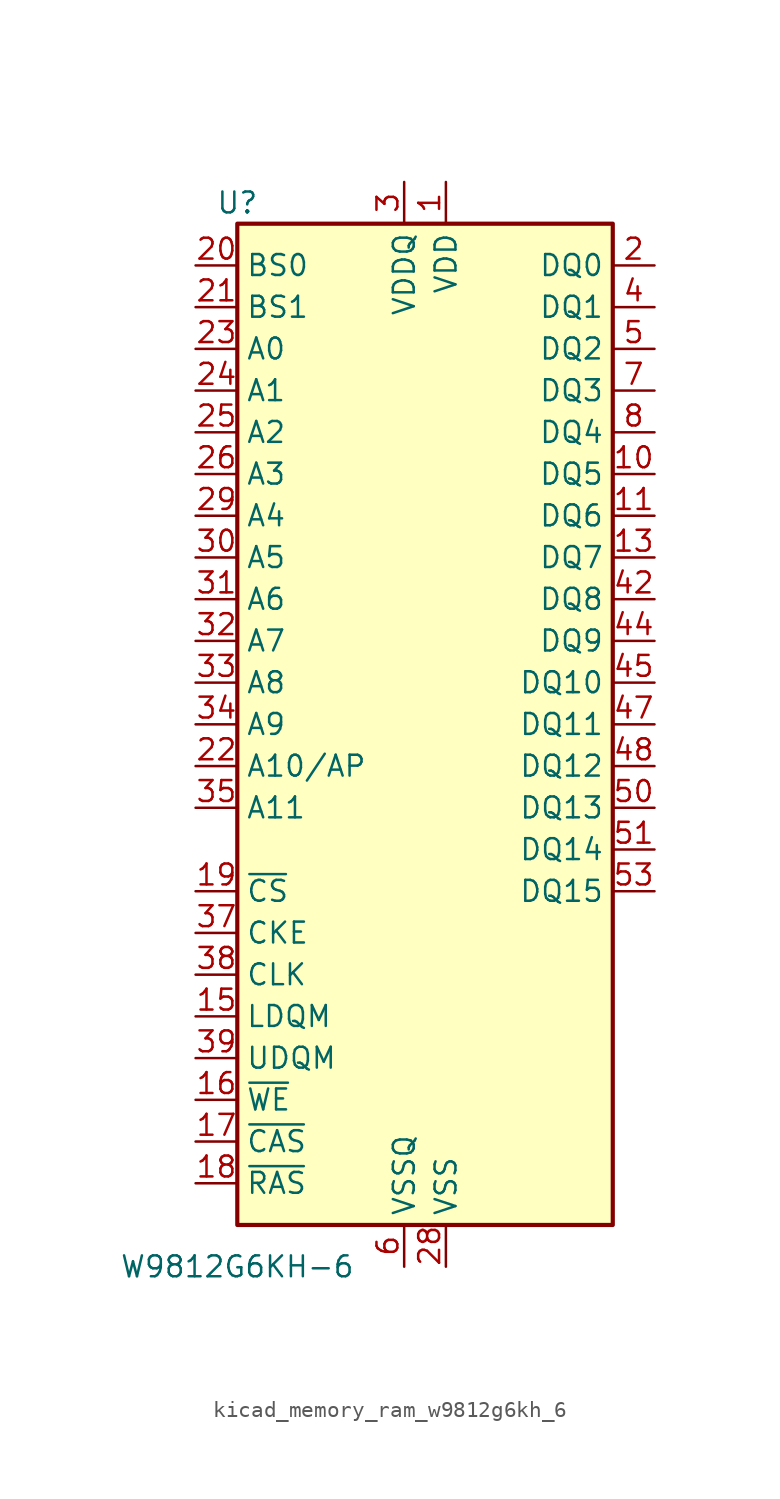
<source format=kicad_sym>
(kicad_symbol_lib
  (version 20220914)
  (generator kicad_symbol_editor)
  (symbol "kicad_memory_ram_w9812g6kh_6"
    (property "Reference" "U"
      (at -10.16 31.75 0)
      (effects (font (size 1.27 1.27))))
    (property "Value" "W9812G6KH-6"
      (at -10.16 -33.02 0)
      (effects (font (size 1.27 1.27))))
    (symbol "kicad_memory_ram_w9812g6kh_6_1_1"
      (rectangle (start -10.16 30.48) (end 12.7 -30.48) (stroke (width 0.254) (type default)) (fill (type background)))
      (pin power_in line (at 2.54 33.02 270) (length 2.54) (name "VDD" (effects (font (size 1.27 1.27)))) (number "1" (effects (font (size 1.27 1.27)))))
      (pin bidirectional line (at 15.24 15.24 180) (length 2.54) (name "DQ5" (effects (font (size 1.27 1.27)))) (number "10" (effects (font (size 1.27 1.27)))))
      (pin bidirectional line (at 15.24 12.7 180) (length 2.54) (name "DQ6" (effects (font (size 1.27 1.27)))) (number "11" (effects (font (size 1.27 1.27)))))
      (pin passive line (at 0 -33.02 90) (length 2.54) hide (name "VSSQ" (effects (font (size 1.27 1.27)))) (number "12" (effects (font (size 1.27 1.27)))))
      (pin bidirectional line (at 15.24 10.16 180) (length 2.54) (name "DQ7" (effects (font (size 1.27 1.27)))) (number "13" (effects (font (size 1.27 1.27)))))
      (pin passive line (at 2.54 33.02 270) (length 2.54) hide (name "VDD" (effects (font (size 1.27 1.27)))) (number "14" (effects (font (size 1.27 1.27)))))
      (pin input line (at -12.7 -17.78 0) (length 2.54) (name "LDQM" (effects (font (size 1.27 1.27)))) (number "15" (effects (font (size 1.27 1.27)))))
      (pin input line (at -12.7 -22.86 0) (length 2.54) (name "~{WE}" (effects (font (size 1.27 1.27)))) (number "16" (effects (font (size 1.27 1.27)))))
      (pin input line (at -12.7 -25.4 0) (length 2.54) (name "~{CAS}" (effects (font (size 1.27 1.27)))) (number "17" (effects (font (size 1.27 1.27)))))
      (pin input line (at -12.7 -27.94 0) (length 2.54) (name "~{RAS}" (effects (font (size 1.27 1.27)))) (number "18" (effects (font (size 1.27 1.27)))))
      (pin input line (at -12.7 -10.16 0) (length 2.54) (name "~{CS}" (effects (font (size 1.27 1.27)))) (number "19" (effects (font (size 1.27 1.27)))))
      (pin bidirectional line (at 15.24 27.94 180) (length 2.54) (name "DQ0" (effects (font (size 1.27 1.27)))) (number "2" (effects (font (size 1.27 1.27)))))
      (pin input line (at -12.7 27.94 0) (length 2.54) (name "BS0" (effects (font (size 1.27 1.27)))) (number "20" (effects (font (size 1.27 1.27)))))
      (pin input line (at -12.7 25.4 0) (length 2.54) (name "BS1" (effects (font (size 1.27 1.27)))) (number "21" (effects (font (size 1.27 1.27)))))
      (pin input line (at -12.7 -2.54 0) (length 2.54) (name "A10/AP" (effects (font (size 1.27 1.27)))) (number "22" (effects (font (size 1.27 1.27)))))
      (pin input line (at -12.7 22.86 0) (length 2.54) (name "A0" (effects (font (size 1.27 1.27)))) (number "23" (effects (font (size 1.27 1.27)))))
      (pin input line (at -12.7 20.32 0) (length 2.54) (name "A1" (effects (font (size 1.27 1.27)))) (number "24" (effects (font (size 1.27 1.27)))))
      (pin input line (at -12.7 17.78 0) (length 2.54) (name "A2" (effects (font (size 1.27 1.27)))) (number "25" (effects (font (size 1.27 1.27)))))
      (pin input line (at -12.7 15.24 0) (length 2.54) (name "A3" (effects (font (size 1.27 1.27)))) (number "26" (effects (font (size 1.27 1.27)))))
      (pin passive line (at 2.54 33.02 270) (length 2.54) hide (name "VDD" (effects (font (size 1.27 1.27)))) (number "27" (effects (font (size 1.27 1.27)))))
      (pin power_in line (at 2.54 -33.02 90) (length 2.54) (name "VSS" (effects (font (size 1.27 1.27)))) (number "28" (effects (font (size 1.27 1.27)))))
      (pin input line (at -12.7 12.7 0) (length 2.54) (name "A4" (effects (font (size 1.27 1.27)))) (number "29" (effects (font (size 1.27 1.27)))))
      (pin power_in line (at 0 33.02 270) (length 2.54) (name "VDDQ" (effects (font (size 1.27 1.27)))) (number "3" (effects (font (size 1.27 1.27)))))
      (pin input line (at -12.7 10.16 0) (length 2.54) (name "A5" (effects (font (size 1.27 1.27)))) (number "30" (effects (font (size 1.27 1.27)))))
      (pin input line (at -12.7 7.62 0) (length 2.54) (name "A6" (effects (font (size 1.27 1.27)))) (number "31" (effects (font (size 1.27 1.27)))))
      (pin input line (at -12.7 5.08 0) (length 2.54) (name "A7" (effects (font (size 1.27 1.27)))) (number "32" (effects (font (size 1.27 1.27)))))
      (pin input line (at -12.7 2.54 0) (length 2.54) (name "A8" (effects (font (size 1.27 1.27)))) (number "33" (effects (font (size 1.27 1.27)))))
      (pin input line (at -12.7 0 0) (length 2.54) (name "A9" (effects (font (size 1.27 1.27)))) (number "34" (effects (font (size 1.27 1.27)))))
      (pin input line (at -12.7 -5.08 0) (length 2.54) (name "A11" (effects (font (size 1.27 1.27)))) (number "35" (effects (font (size 1.27 1.27)))))
      (pin no_connect line (at 12.7 -15.24 180) (length 2.54) hide (name "NC" (effects (font (size 1.27 1.27)))) (number "36" (effects (font (size 1.27 1.27)))))
      (pin input line (at -12.7 -12.7 0) (length 2.54) (name "CKE" (effects (font (size 1.27 1.27)))) (number "37" (effects (font (size 1.27 1.27)))))
      (pin input line (at -12.7 -15.24 0) (length 2.54) (name "CLK" (effects (font (size 1.27 1.27)))) (number "38" (effects (font (size 1.27 1.27)))))
      (pin input line (at -12.7 -20.32 0) (length 2.54) (name "UDQM" (effects (font (size 1.27 1.27)))) (number "39" (effects (font (size 1.27 1.27)))))
      (pin bidirectional line (at 15.24 25.4 180) (length 2.54) (name "DQ1" (effects (font (size 1.27 1.27)))) (number "4" (effects (font (size 1.27 1.27)))))
      (pin no_connect line (at 12.7 -17.78 180) (length 2.54) hide (name "NC" (effects (font (size 1.27 1.27)))) (number "40" (effects (font (size 1.27 1.27)))))
      (pin passive line (at 2.54 -33.02 90) (length 2.54) hide (name "VSS" (effects (font (size 1.27 1.27)))) (number "41" (effects (font (size 1.27 1.27)))))
      (pin bidirectional line (at 15.24 7.62 180) (length 2.54) (name "DQ8" (effects (font (size 1.27 1.27)))) (number "42" (effects (font (size 1.27 1.27)))))
      (pin passive line (at 0 33.02 270) (length 2.54) hide (name "VDDQ" (effects (font (size 1.27 1.27)))) (number "43" (effects (font (size 1.27 1.27)))))
      (pin bidirectional line (at 15.24 5.08 180) (length 2.54) (name "DQ9" (effects (font (size 1.27 1.27)))) (number "44" (effects (font (size 1.27 1.27)))))
      (pin bidirectional line (at 15.24 2.54 180) (length 2.54) (name "DQ10" (effects (font (size 1.27 1.27)))) (number "45" (effects (font (size 1.27 1.27)))))
      (pin passive line (at 0 -33.02 90) (length 2.54) hide (name "VSSQ" (effects (font (size 1.27 1.27)))) (number "46" (effects (font (size 1.27 1.27)))))
      (pin bidirectional line (at 15.24 0 180) (length 2.54) (name "DQ11" (effects (font (size 1.27 1.27)))) (number "47" (effects (font (size 1.27 1.27)))))
      (pin bidirectional line (at 15.24 -2.54 180) (length 2.54) (name "DQ12" (effects (font (size 1.27 1.27)))) (number "48" (effects (font (size 1.27 1.27)))))
      (pin passive line (at 0 33.02 270) (length 2.54) hide (name "VDDQ" (effects (font (size 1.27 1.27)))) (number "49" (effects (font (size 1.27 1.27)))))
      (pin bidirectional line (at 15.24 22.86 180) (length 2.54) (name "DQ2" (effects (font (size 1.27 1.27)))) (number "5" (effects (font (size 1.27 1.27)))))
      (pin bidirectional line (at 15.24 -5.08 180) (length 2.54) (name "DQ13" (effects (font (size 1.27 1.27)))) (number "50" (effects (font (size 1.27 1.27)))))
      (pin bidirectional line (at 15.24 -7.62 180) (length 2.54) (name "DQ14" (effects (font (size 1.27 1.27)))) (number "51" (effects (font (size 1.27 1.27)))))
      (pin passive line (at 0 -33.02 90) (length 2.54) hide (name "VSSQ" (effects (font (size 1.27 1.27)))) (number "52" (effects (font (size 1.27 1.27)))))
      (pin bidirectional line (at 15.24 -10.16 180) (length 2.54) (name "DQ15" (effects (font (size 1.27 1.27)))) (number "53" (effects (font (size 1.27 1.27)))))
      (pin passive line (at 2.54 -33.02 90) (length 2.54) hide (name "VSS" (effects (font (size 1.27 1.27)))) (number "54" (effects (font (size 1.27 1.27)))))
      (pin power_in line (at 0 -33.02 90) (length 2.54) (name "VSSQ" (effects (font (size 1.27 1.27)))) (number "6" (effects (font (size 1.27 1.27)))))
      (pin bidirectional line (at 15.24 20.32 180) (length 2.54) (name "DQ3" (effects (font (size 1.27 1.27)))) (number "7" (effects (font (size 1.27 1.27)))))
      (pin bidirectional line (at 15.24 17.78 180) (length 2.54) (name "DQ4" (effects (font (size 1.27 1.27)))) (number "8" (effects (font (size 1.27 1.27)))))
      (pin passive line (at 0 33.02 270) (length 2.54) hide (name "VDDQ" (effects (font (size 1.27 1.27)))) (number "9" (effects (font (size 1.27 1.27))))))))
</source>
